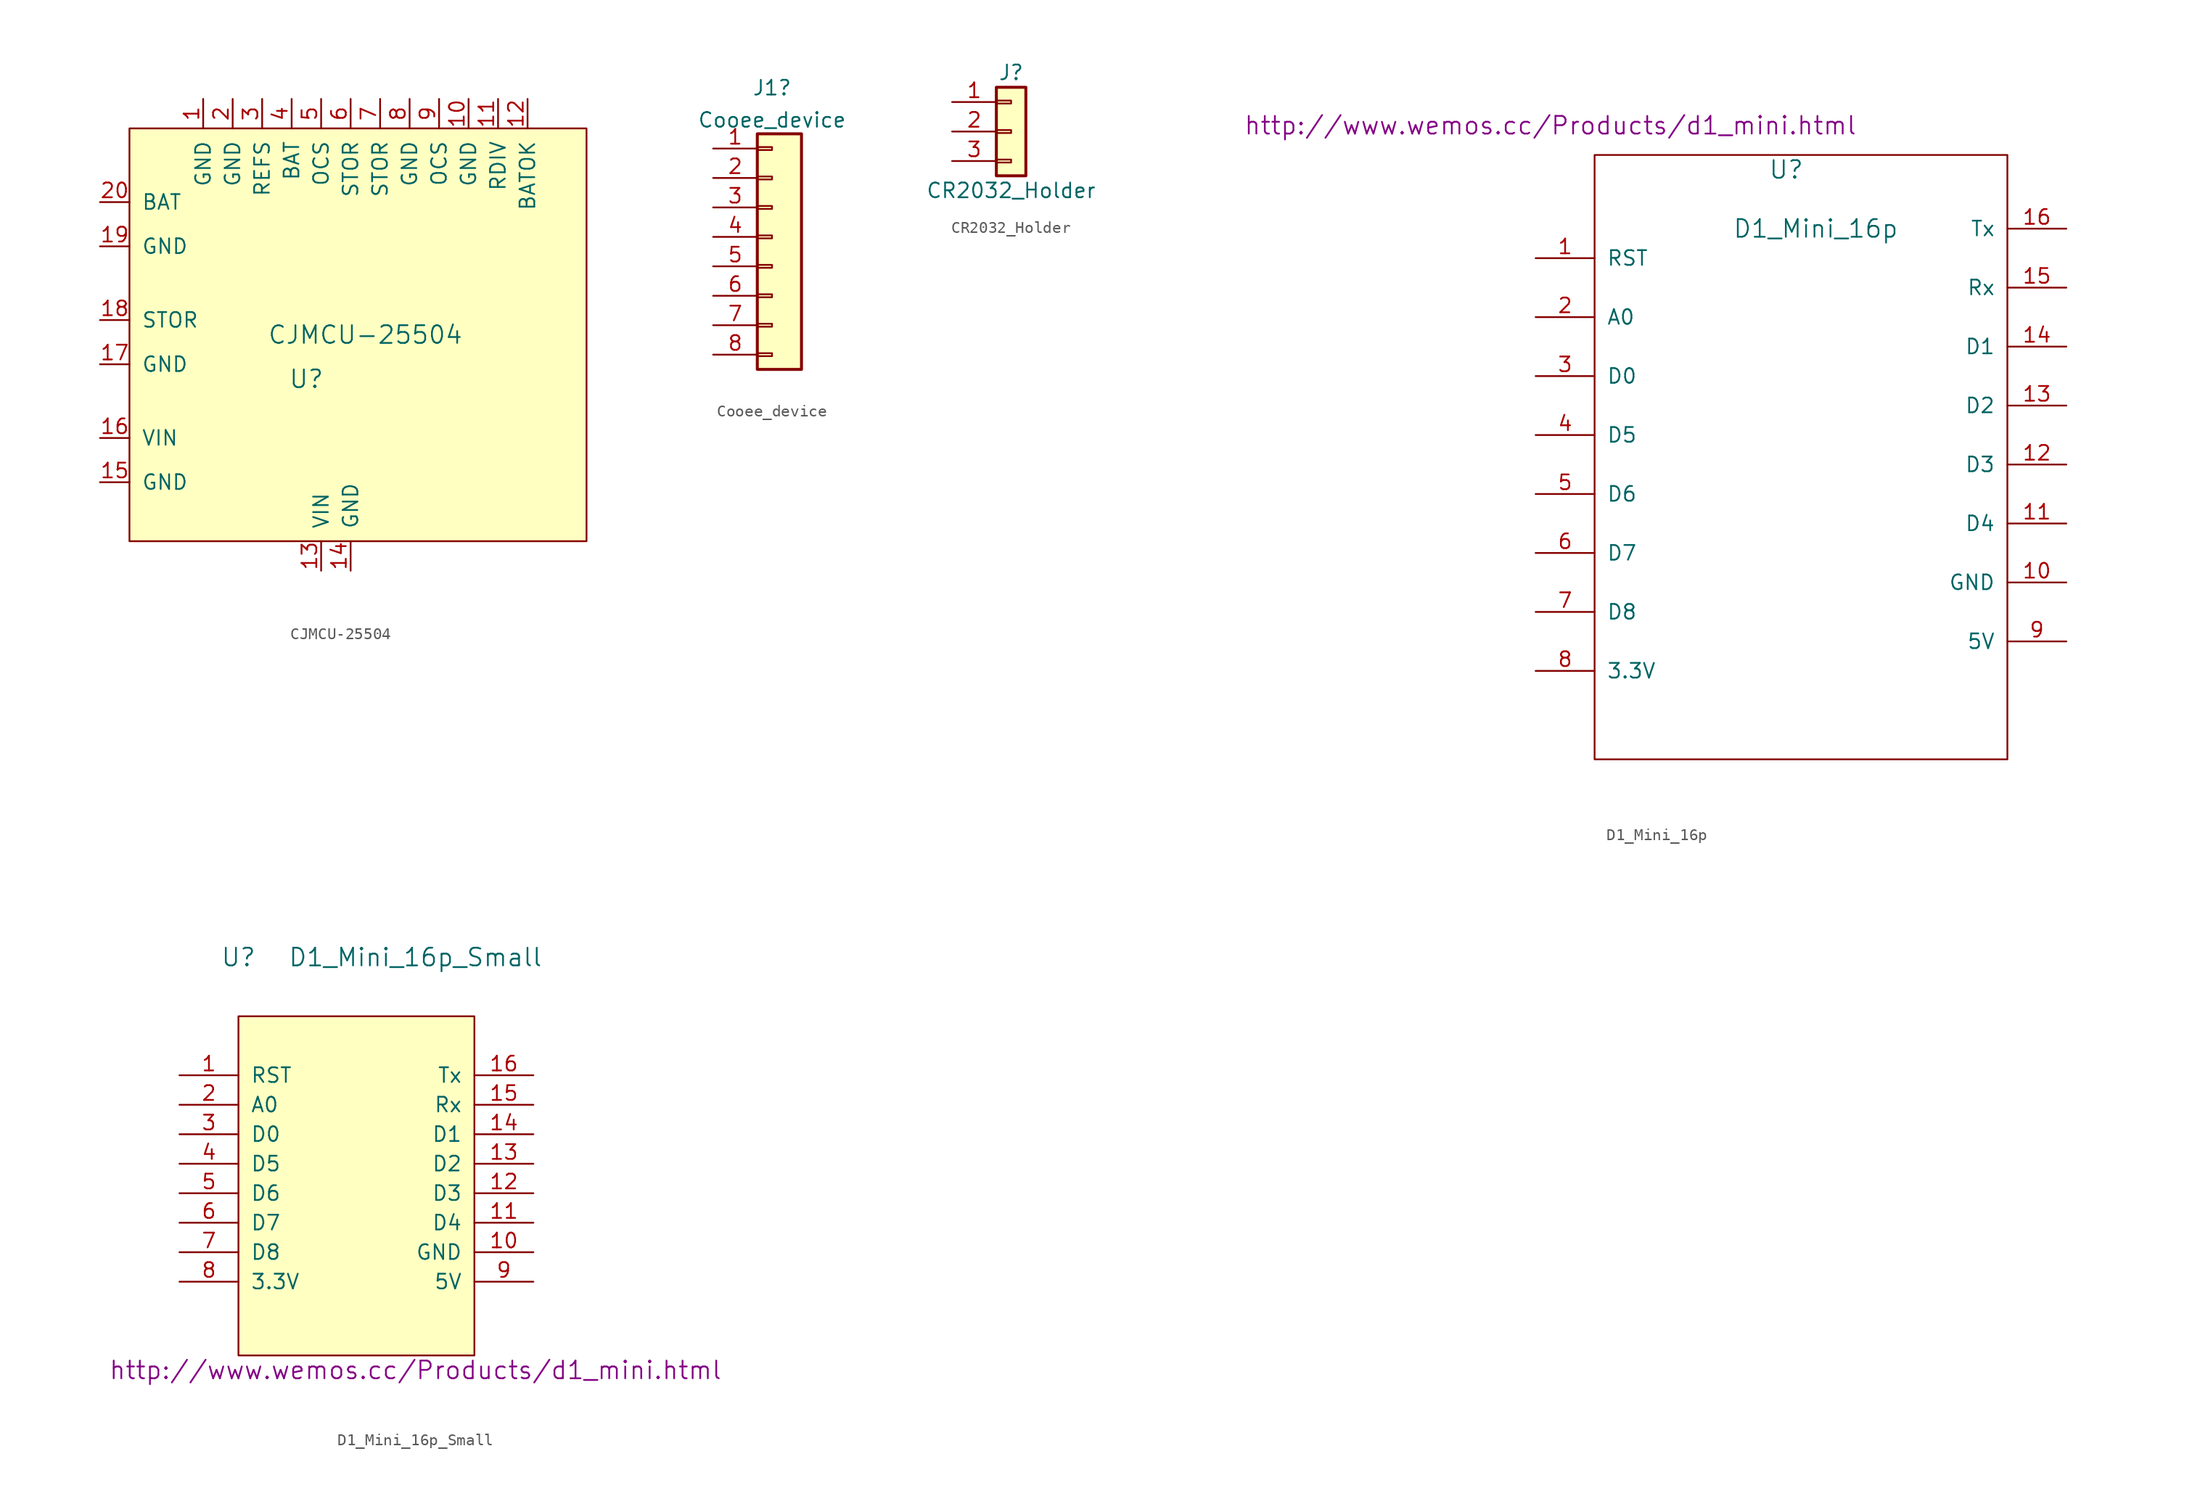
<source format=kicad_sym>
(kicad_symbol_lib
  (version 20231120)
  (generator "kicad_symbol_editor")
  (generator_version "8.0")
  (symbol "CJMCU-25504"
    (pin_names
      (offset 1.016))
    (property "Reference" "U"
      (at -2.54 -5.08 0)
      (effects (font (size 1.524 1.524))))
    (property "Value" "CJMCU-25504"
      (at 2.54 -1.27 0)
      (effects (font (size 1.524 1.524))))
    (symbol "CJMCU-25504_0_1"
      (rectangle (start -17.78 -19.05) (end 21.59 16.51) (stroke (width 0) (type default)) (fill (type background))))
    (symbol "CJMCU-25504_1_1"
      (pin power_out line (at -11.43 19.05 270) (length 2.54) (name "GND" (effects (font (size 1.27 1.27)))) (number "1" (effects (font (size 1.27 1.27)))))
      (pin input line (at 11.43 19.05 270) (length 2.54) (name "GND" (effects (font (size 1.27 1.27)))) (number "10" (effects (font (size 1.27 1.27)))))
      (pin input line (at 13.97 19.05 270) (length 2.54) (name "RDIV" (effects (font (size 1.27 1.27)))) (number "11" (effects (font (size 1.27 1.27)))))
      (pin input line (at 16.51 19.05 270) (length 2.54) (name "BATOK" (effects (font (size 1.27 1.27)))) (number "12" (effects (font (size 1.27 1.27)))))
      (pin input line (at -1.27 -21.59 90) (length 2.54) (name "VIN" (effects (font (size 1.27 1.27)))) (number "13" (effects (font (size 1.27 1.27)))))
      (pin input line (at 1.27 -21.59 90) (length 2.54) (name "GND" (effects (font (size 1.27 1.27)))) (number "14" (effects (font (size 1.27 1.27)))))
      (pin input line (at -20.32 -13.97 0) (length 2.54) (name "GND" (effects (font (size 1.27 1.27)))) (number "15" (effects (font (size 1.27 1.27)))))
      (pin input line (at -20.32 -10.16 0) (length 2.54) (name "VIN" (effects (font (size 1.27 1.27)))) (number "16" (effects (font (size 1.27 1.27)))))
      (pin input line (at -20.32 -3.81 0) (length 2.54) (name "GND" (effects (font (size 1.27 1.27)))) (number "17" (effects (font (size 1.27 1.27)))))
      (pin input line (at -20.32 0 0) (length 2.54) (name "STOR" (effects (font (size 1.27 1.27)))) (number "18" (effects (font (size 1.27 1.27)))))
      (pin input line (at -20.32 6.35 0) (length 2.54) (name "GND" (effects (font (size 1.27 1.27)))) (number "19" (effects (font (size 1.27 1.27)))))
      (pin input line (at -8.89 19.05 270) (length 2.54) (name "GND" (effects (font (size 1.27 1.27)))) (number "2" (effects (font (size 1.27 1.27)))))
      (pin input line (at -20.32 10.16 0) (length 2.54) (name "BAT" (effects (font (size 1.27 1.27)))) (number "20" (effects (font (size 1.27 1.27)))))
      (pin input line (at -6.35 19.05 270) (length 2.54) (name "REFS" (effects (font (size 1.27 1.27)))) (number "3" (effects (font (size 1.27 1.27)))))
      (pin input line (at -3.81 19.05 270) (length 2.54) (name "BAT" (effects (font (size 1.27 1.27)))) (number "4" (effects (font (size 1.27 1.27)))))
      (pin power_in line (at -1.27 19.05 270) (length 2.54) (name "OCS" (effects (font (size 1.27 1.27)))) (number "5" (effects (font (size 1.27 1.27)))))
      (pin input line (at 1.27 19.05 270) (length 2.54) (name "STOR" (effects (font (size 1.27 1.27)))) (number "6" (effects (font (size 1.27 1.27)))))
      (pin power_in line (at 3.81 19.05 270) (length 2.54) (name "STOR" (effects (font (size 1.27 1.27)))) (number "7" (effects (font (size 1.27 1.27)))))
      (pin input line (at 6.35 19.05 270) (length 2.54) (name "GND" (effects (font (size 1.27 1.27)))) (number "8" (effects (font (size 1.27 1.27)))))
      (pin input line (at 8.89 19.05 270) (length 2.54) (name "OCS" (effects (font (size 1.27 1.27)))) (number "9" (effects (font (size 1.27 1.27)))))))
  (symbol "Cooee_device"
    (pin_names
      (offset 1.016) hide)
    (property "Reference" "J1"
      (at 0 12.857 0)
      (effects (font (size 1.27 1.27))))
    (property "Value" "Cooee_device"
      (at 0 10.081 0)
      (effects (font (size 1.27 1.27))))
    (symbol "Cooee_device_1_1"
      (rectangle (start -1.27 -10.033) (end 0 -10.287) (stroke (width 0.152) (type default)) (fill (type none)))
      (rectangle (start -1.27 -7.493) (end 0 -7.747) (stroke (width 0.152) (type default)) (fill (type none)))
      (rectangle (start -1.27 -4.953) (end 0 -5.207) (stroke (width 0.152) (type default)) (fill (type none)))
      (rectangle (start -1.27 -2.413) (end 0 -2.667) (stroke (width 0.152) (type default)) (fill (type none)))
      (rectangle (start -1.27 0.127) (end 0 -0.127) (stroke (width 0.152) (type default)) (fill (type none)))
      (rectangle (start -1.27 2.667) (end 0 2.413) (stroke (width 0.152) (type default)) (fill (type none)))
      (rectangle (start -1.27 5.207) (end 0 4.953) (stroke (width 0.152) (type default)) (fill (type none)))
      (rectangle (start -1.27 7.747) (end 0 7.493) (stroke (width 0.152) (type default)) (fill (type none)))
      (rectangle (start -1.27 8.89) (end 2.54 -11.43) (stroke (width 0.254) (type default)) (fill (type background)))
      (pin power_out line (at -5.08 7.62 0) (length 3.81) (name "GND" (effects (font (size 1.27 1.27)))) (number "1" (effects (font (size 1.27 1.27)))))
      (pin input line (at -5.08 5.08 0) (length 3.81) (name "RxD" (effects (font (size 1.27 1.27)))) (number "2" (effects (font (size 1.27 1.27)))))
      (pin output line (at -5.08 2.54 0) (length 3.81) (name "TxD" (effects (font (size 1.27 1.27)))) (number "3" (effects (font (size 1.27 1.27)))))
      (pin output line (at -5.08 0 0) (length 3.81) (name "KEY" (effects (font (size 1.27 1.27)))) (number "4" (effects (font (size 1.27 1.27)))))
      (pin power_out line (at -5.08 -2.54 0) (length 3.81) (name "+3V3" (effects (font (size 1.27 1.27)))) (number "5" (effects (font (size 1.27 1.27)))))
      (pin power_out line (at -5.08 -5.08 0) (length 3.81) (name "GND" (effects (font (size 1.27 1.27)))) (number "6" (effects (font (size 1.27 1.27)))))
      (pin output line (at -5.08 -7.62 0) (length 3.81) (name "SLP" (effects (font (size 1.27 1.27)))) (number "7" (effects (font (size 1.27 1.27)))))
      (pin power_in line (at -5.08 -10.16 0) (length 3.81) (name "INT" (effects (font (size 1.27 1.27)))) (number "8" (effects (font (size 1.27 1.27)))))))
  (symbol "CR2032_Holder"
    (pin_names
      (offset 1.016) hide)
    (property "Reference" "J"
      (at 0 5.08 0)
      (effects (font (size 1.27 1.27))))
    (property "Value" "CR2032_Holder"
      (at 0 -5.08 0)
      (effects (font (size 1.27 1.27))))
    (symbol "CR2032_Holder_1_1"
      (rectangle (start -1.27 -2.413) (end 0 -2.667) (stroke (width 0.152) (type default)) (fill (type none)))
      (rectangle (start -1.27 0.127) (end 0 -0.127) (stroke (width 0.152) (type default)) (fill (type none)))
      (rectangle (start -1.27 2.667) (end 0 2.413) (stroke (width 0.152) (type default)) (fill (type none)))
      (rectangle (start -1.27 3.81) (end 1.27 -3.81) (stroke (width 0.254) (type default)) (fill (type background)))
      (pin power_out line (at -5.08 2.54 0) (length 3.81) (name "VCC_A" (effects (font (size 1.27 1.27)))) (number "1" (effects (font (size 1.27 1.27)))))
      (pin power_out line (at -5.08 0 0) (length 3.81) (name "GND" (effects (font (size 1.27 1.27)))) (number "2" (effects (font (size 1.27 1.27)))))
      (pin power_out line (at -5.08 -2.54 0) (length 3.81) (name "VCC_B" (effects (font (size 1.27 1.27)))) (number "3" (effects (font (size 1.27 1.27)))))))
  (symbol "D1_Mini_16p"
    (pin_names
      (offset 1.016))
    (property "Reference" "U"
      (at 11.43 -26.67 0)
      (effects (font (size 1.524 1.524))))
    (property "Value" "D1_Mini_16p"
      (at 13.97 -31.75 0)
      (effects (font (size 1.524 1.524))))
    (property "Footprint" ""
      (at -11.43 -31.75 0)
      (effects (font (size 1.524 1.524))))
    (property "Datasheet" "http://www.wemos.cc/Products/d1_mini.html"
      (at -8.89 -22.86 0)
      (effects (font (size 1.524 1.524))))
    (symbol "D1_Mini_16p_0_1"
      (rectangle (start -5.08 -25.4) (end 30.48 -77.47) (stroke (width 0) (type default)) (fill (type none))))
    (symbol "D1_Mini_16p_1_1"
      (pin bidirectional line (at -10.16 -34.29 0) (length 5.08) (name "RST" (effects (font (size 1.27 1.27)))) (number "1" (effects (font (size 1.27 1.27)))))
      (pin power_in line (at 35.56 -62.23 180) (length 5.08) (name "GND" (effects (font (size 1.27 1.27)))) (number "10" (effects (font (size 1.27 1.27)))))
      (pin bidirectional line (at 35.56 -57.15 180) (length 5.08) (name "D4" (effects (font (size 1.27 1.27)))) (number "11" (effects (font (size 1.27 1.27)))))
      (pin bidirectional line (at 35.56 -52.07 180) (length 5.08) (name "D3" (effects (font (size 1.27 1.27)))) (number "12" (effects (font (size 1.27 1.27)))))
      (pin bidirectional line (at 35.56 -46.99 180) (length 5.08) (name "D2" (effects (font (size 1.27 1.27)))) (number "13" (effects (font (size 1.27 1.27)))))
      (pin bidirectional line (at 35.56 -41.91 180) (length 5.08) (name "D1" (effects (font (size 1.27 1.27)))) (number "14" (effects (font (size 1.27 1.27)))))
      (pin bidirectional line (at 35.56 -36.83 180) (length 5.08) (name "Rx" (effects (font (size 1.27 1.27)))) (number "15" (effects (font (size 1.27 1.27)))))
      (pin bidirectional line (at 35.56 -31.75 180) (length 5.08) (name "Tx" (effects (font (size 1.27 1.27)))) (number "16" (effects (font (size 1.27 1.27)))))
      (pin bidirectional line (at -10.16 -39.37 0) (length 5.08) (name "A0" (effects (font (size 1.27 1.27)))) (number "2" (effects (font (size 1.27 1.27)))))
      (pin bidirectional line (at -10.16 -44.45 0) (length 5.08) (name "D0" (effects (font (size 1.27 1.27)))) (number "3" (effects (font (size 1.27 1.27)))))
      (pin bidirectional line (at -10.16 -49.53 0) (length 5.08) (name "D5" (effects (font (size 1.27 1.27)))) (number "4" (effects (font (size 1.27 1.27)))))
      (pin bidirectional line (at -10.16 -54.61 0) (length 5.08) (name "D6" (effects (font (size 1.27 1.27)))) (number "5" (effects (font (size 1.27 1.27)))))
      (pin bidirectional line (at -10.16 -59.69 0) (length 5.08) (name "D7" (effects (font (size 1.27 1.27)))) (number "6" (effects (font (size 1.27 1.27)))))
      (pin bidirectional line (at -10.16 -64.77 0) (length 5.08) (name "D8" (effects (font (size 1.27 1.27)))) (number "7" (effects (font (size 1.27 1.27)))))
      (pin power_out line (at -10.16 -69.85 0) (length 5.08) (name "3.3V" (effects (font (size 1.27 1.27)))) (number "8" (effects (font (size 1.27 1.27)))))
      (pin power_in line (at 35.56 -67.31 180) (length 5.08) (name "5V" (effects (font (size 1.27 1.27)))) (number "9" (effects (font (size 1.27 1.27)))))))
  (symbol "D1_Mini_16p_Small"
    (pin_names
      (offset 1.016))
    (property "Reference" "U"
      (at -10.16 15.24 0)
      (effects (font (size 1.524 1.524))))
    (property "Value" "D1_Mini_16p_Small"
      (at 5.08 15.24 0)
      (effects (font (size 1.524 1.524))))
    (property "Footprint" ""
      (at -16.51 7.62 0)
      (effects (font (size 1.524 1.524))))
    (property "Datasheet" "http://www.wemos.cc/Products/d1_mini.html"
      (at 5.08 -20.32 0)
      (effects (font (size 1.524 1.524))))
    (symbol "D1_Mini_16p_Small_0_1"
      (rectangle (start -10.16 10.16) (end 10.16 -19.05) (stroke (width 0) (type default)) (fill (type background))))
    (symbol "D1_Mini_16p_Small_1_1"
      (pin bidirectional line (at -15.24 5.08 0) (length 5.08) (name "RST" (effects (font (size 1.27 1.27)))) (number "1" (effects (font (size 1.27 1.27)))))
      (pin power_in line (at 15.24 -10.16 180) (length 5.08) (name "GND" (effects (font (size 1.27 1.27)))) (number "10" (effects (font (size 1.27 1.27)))))
      (pin bidirectional line (at 15.24 -7.62 180) (length 5.08) (name "D4" (effects (font (size 1.27 1.27)))) (number "11" (effects (font (size 1.27 1.27)))))
      (pin bidirectional line (at 15.24 -5.08 180) (length 5.08) (name "D3" (effects (font (size 1.27 1.27)))) (number "12" (effects (font (size 1.27 1.27)))))
      (pin bidirectional line (at 15.24 -2.54 180) (length 5.08) (name "D2" (effects (font (size 1.27 1.27)))) (number "13" (effects (font (size 1.27 1.27)))))
      (pin bidirectional line (at 15.24 0 180) (length 5.08) (name "D1" (effects (font (size 1.27 1.27)))) (number "14" (effects (font (size 1.27 1.27)))))
      (pin bidirectional line (at 15.24 2.54 180) (length 5.08) (name "Rx" (effects (font (size 1.27 1.27)))) (number "15" (effects (font (size 1.27 1.27)))))
      (pin bidirectional line (at 15.24 5.08 180) (length 5.08) (name "Tx" (effects (font (size 1.27 1.27)))) (number "16" (effects (font (size 1.27 1.27)))))
      (pin bidirectional line (at -15.24 2.54 0) (length 5.08) (name "A0" (effects (font (size 1.27 1.27)))) (number "2" (effects (font (size 1.27 1.27)))))
      (pin bidirectional line (at -15.24 0 0) (length 5.08) (name "D0" (effects (font (size 1.27 1.27)))) (number "3" (effects (font (size 1.27 1.27)))))
      (pin bidirectional line (at -15.24 -2.54 0) (length 5.08) (name "D5" (effects (font (size 1.27 1.27)))) (number "4" (effects (font (size 1.27 1.27)))))
      (pin bidirectional line (at -15.24 -5.08 0) (length 5.08) (name "D6" (effects (font (size 1.27 1.27)))) (number "5" (effects (font (size 1.27 1.27)))))
      (pin bidirectional line (at -15.24 -7.62 0) (length 5.08) (name "D7" (effects (font (size 1.27 1.27)))) (number "6" (effects (font (size 1.27 1.27)))))
      (pin bidirectional line (at -15.24 -10.16 0) (length 5.08) (name "D8" (effects (font (size 1.27 1.27)))) (number "7" (effects (font (size 1.27 1.27)))))
      (pin power_out line (at -15.24 -12.7 0) (length 5.08) (name "3.3V" (effects (font (size 1.27 1.27)))) (number "8" (effects (font (size 1.27 1.27)))))
      (pin power_in line (at 15.24 -12.7 180) (length 5.08) (name "5V" (effects (font (size 1.27 1.27)))) (number "9" (effects (font (size 1.27 1.27))))))))
</source>
